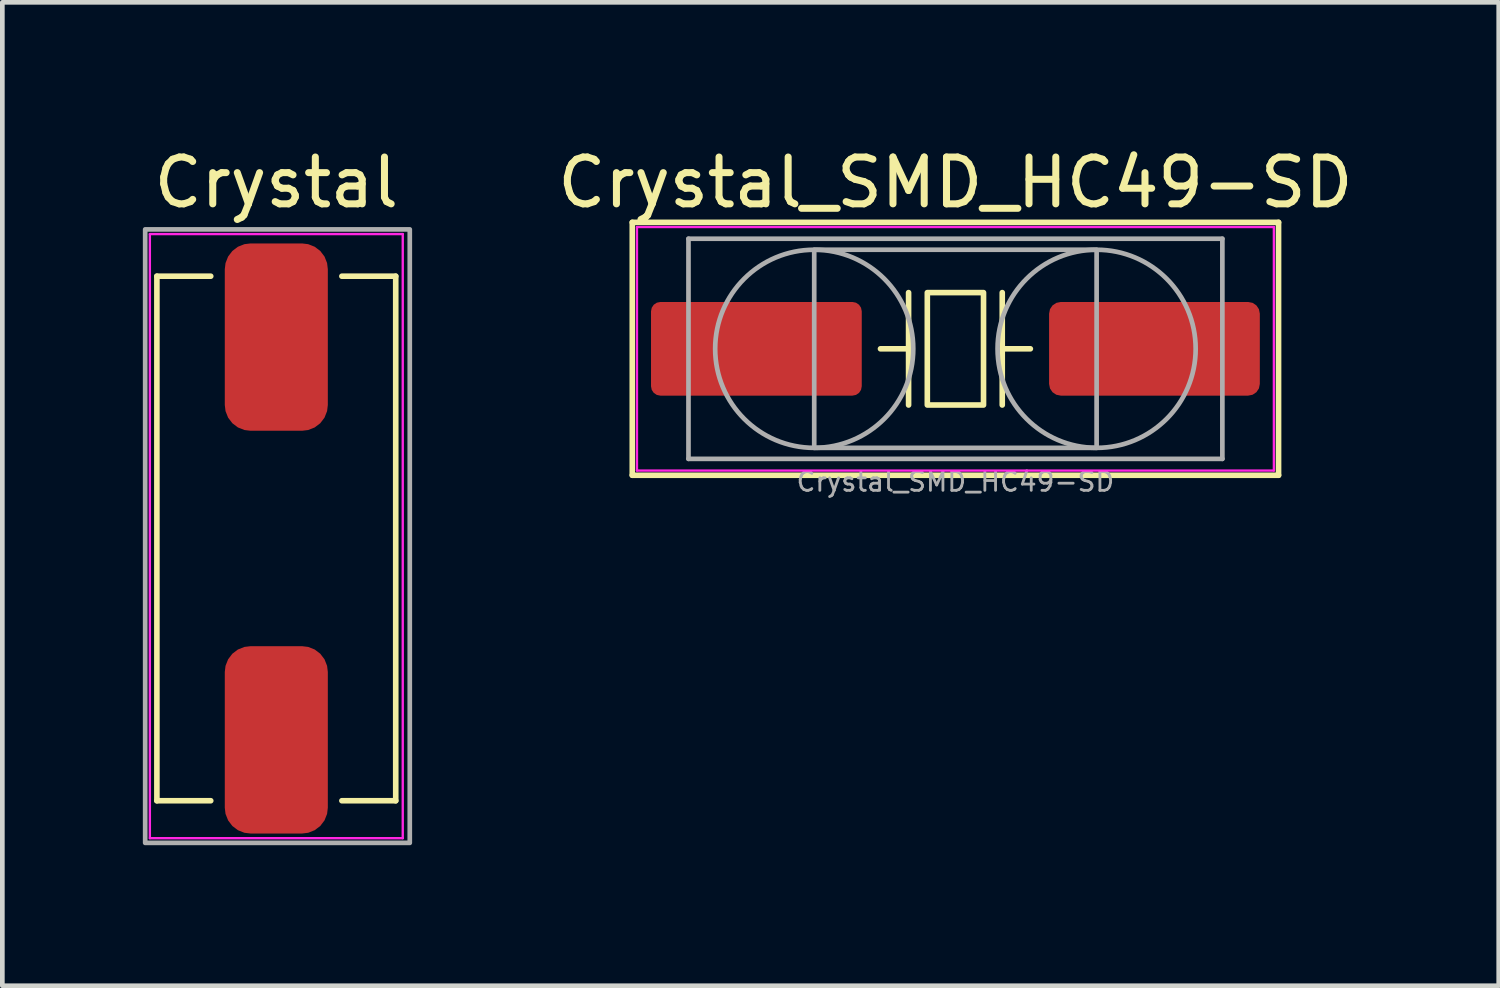
<source format=kicad_pcb>
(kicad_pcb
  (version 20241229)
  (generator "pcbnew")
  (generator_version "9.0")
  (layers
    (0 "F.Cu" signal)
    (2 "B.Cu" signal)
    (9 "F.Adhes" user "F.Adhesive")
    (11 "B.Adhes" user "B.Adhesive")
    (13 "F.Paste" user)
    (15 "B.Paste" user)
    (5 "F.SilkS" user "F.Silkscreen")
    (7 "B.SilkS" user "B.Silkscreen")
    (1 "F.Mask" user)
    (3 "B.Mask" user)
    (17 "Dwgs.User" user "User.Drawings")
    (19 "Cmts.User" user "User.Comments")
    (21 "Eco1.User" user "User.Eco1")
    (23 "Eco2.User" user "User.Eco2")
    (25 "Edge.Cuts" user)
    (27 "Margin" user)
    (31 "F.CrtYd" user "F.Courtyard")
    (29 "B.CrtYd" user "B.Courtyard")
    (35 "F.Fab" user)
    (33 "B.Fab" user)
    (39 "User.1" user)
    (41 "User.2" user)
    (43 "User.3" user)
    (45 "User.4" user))
  (footprint "Crystal"
    (layer "F.Cu")
    (at 2.85 8.448)
    (property "Reference" "Crystal" (at 0 -7.6 0) (unlocked yes) (layer "F.SilkS") (effects (font (size 1 1) (thickness 0.15))))
    (attr smd)
    (fp_line (start -2.55 -5.6) (end -2.55 5.6) (stroke (width 0.12) (type default)) (layer "F.SilkS"))
    (fp_line (start -2.55 -5.6) (end -1.4 -5.6) (stroke (width 0.12) (type default)) (layer "F.SilkS"))
    (fp_line (start -2.55 5.6) (end -1.4 5.6) (stroke (width 0.12) (type default)) (layer "F.SilkS"))
    (fp_line (start 1.4 -5.6) (end 2.55 -5.6) (stroke (width 0.12) (type default)) (layer "F.SilkS"))
    (fp_line (start 1.4 5.6) (end 2.55 5.6) (stroke (width 0.12) (type default)) (layer "F.SilkS"))
    (fp_line (start 2.55 -5.6) (end 2.55 5.6) (stroke (width 0.12) (type default)) (layer "F.SilkS"))
    (fp_line (start -2.7 -6.5) (end -2.7 6.4) (stroke (width 0.05) (type default)) (layer "F.CrtYd"))
    (fp_line (start -2.7 6.4) (end 2.7 6.4) (stroke (width 0.05) (type default)) (layer "F.CrtYd"))
    (fp_line (start 2.7 -6.5) (end -2.7 -6.5) (stroke (width 0.05) (type default)) (layer "F.CrtYd"))
    (fp_line (start 2.7 6.4) (end 2.7 -6.5) (stroke (width 0.05) (type default)) (layer "F.CrtYd"))
    (fp_rect (start -2.8 -6.6) (end 2.85 6.5) (stroke (width 0.1) (type default)) (fill no) (layer "F.Fab"))
    (pad "1" smd roundrect (at 0 -4.3) (size 2.2 4) (layers "F.Cu" "F.Mask" "F.Paste") (roundrect_rratio 0.25))
    (pad "2" smd roundrect (at 0 4.3) (size 2.2 4) (layers "F.Cu" "F.Mask" "F.Paste") (roundrect_rratio 0.25)))
  (footprint "Crystal_SMD_HC49-SD"
    (layer "F.Cu")
    (at 17.351 4.398)
    (property "Reference" "Crystal_SMD_HC49-SD" (at 0 -3.55 0) (layer "F.SilkS") (effects (font (size 1 1) (thickness 0.15))))
    (attr smd)
    (fp_line (start -6.9 -2.7) (end -6.9 2.7) (stroke (width 0.12) (type solid)) (layer "F.SilkS"))
    (fp_line (start -6.9 2.7) (end 6.9 2.7) (stroke (width 0.12) (type solid)) (layer "F.SilkS"))
    (fp_line (start -1 -1.2) (end -1 1.2) (stroke (width 0.12) (type solid)) (layer "F.SilkS"))
    (fp_line (start -1 0) (end -1.6 0) (stroke (width 0.12) (type solid)) (layer "F.SilkS"))
    (fp_line (start 1 -1.2) (end 1 1.2) (stroke (width 0.12) (type solid)) (layer "F.SilkS"))
    (fp_line (start 1 0) (end 1.6 0) (stroke (width 0.12) (type solid)) (layer "F.SilkS"))
    (fp_line (start 6.9 -2.7) (end -6.9 -2.7) (stroke (width 0.12) (type solid)) (layer "F.SilkS"))
    (fp_line (start 6.9 2.7) (end 6.9 -2.7) (stroke (width 0.12) (type solid)) (layer "F.SilkS"))
    (fp_rect (start -0.6 -1.2) (end 0.6 1.2) (stroke (width 0.12) (type solid)) (fill no) (layer "F.SilkS"))
    (fp_line (start -6.8 -2.6) (end -6.8 2.6) (stroke (width 0.05) (type solid)) (layer "F.CrtYd"))
    (fp_line (start -6.8 2.6) (end 6.8 2.6) (stroke (width 0.05) (type solid)) (layer "F.CrtYd"))
    (fp_line (start 6.8 -2.6) (end -6.8 -2.6) (stroke (width 0.05) (type solid)) (layer "F.CrtYd"))
    (fp_line (start 6.8 2.6) (end 6.8 -2.6) (stroke (width 0.05) (type solid)) (layer "F.CrtYd"))
    (fp_line (start -5.7 -2.35) (end -5.7 2.35) (stroke (width 0.1) (type solid)) (layer "F.Fab"))
    (fp_line (start -5.7 2.35) (end 5.7 2.35) (stroke (width 0.1) (type solid)) (layer "F.Fab"))
    (fp_line (start 5.7 -2.35) (end -5.7 -2.35) (stroke (width 0.1) (type solid)) (layer "F.Fab"))
    (fp_line (start 5.7 2.35) (end 5.7 -2.35) (stroke (width 0.1) (type solid)) (layer "F.Fab"))
    (fp_rect (start -3.015 -2.115) (end 3.015 2.115) (stroke (width 0.1) (type solid)) (fill no) (layer "F.Fab"))
    (fp_circle (center -3.015 0) (end -3.015 -2.115) (stroke (width 0.1) (type solid)) (fill no) (layer "F.Fab"))
    (fp_circle (center 3.015 0) (end 3.015 -2.115) (stroke (width 0.1) (type solid)) (fill no) (layer "F.Fab"))
    (fp_text user "${REFERENCE}" (at 0 2.84 0) (layer "F.Fab") (effects (font (size 0.4 0.4) (thickness 0.06))))
    (pad "1" smd roundrect (at -4.25 0) (size 4.5 2) (layers "F.Cu" "F.Mask" "F.Paste") (roundrect_rratio 0.1))
    (pad "2" smd roundrect (at 4.25 0) (size 4.5 2) (layers "F.Cu" "F.Mask" "F.Paste") (roundrect_rratio 0.125)))
  (gr_rect
    (start -3 -3)
    (end 28.952 17.998)
    (stroke (width 0.1) (type default))
    (fill no)
    (layer "Edge.Cuts")))
</source>
